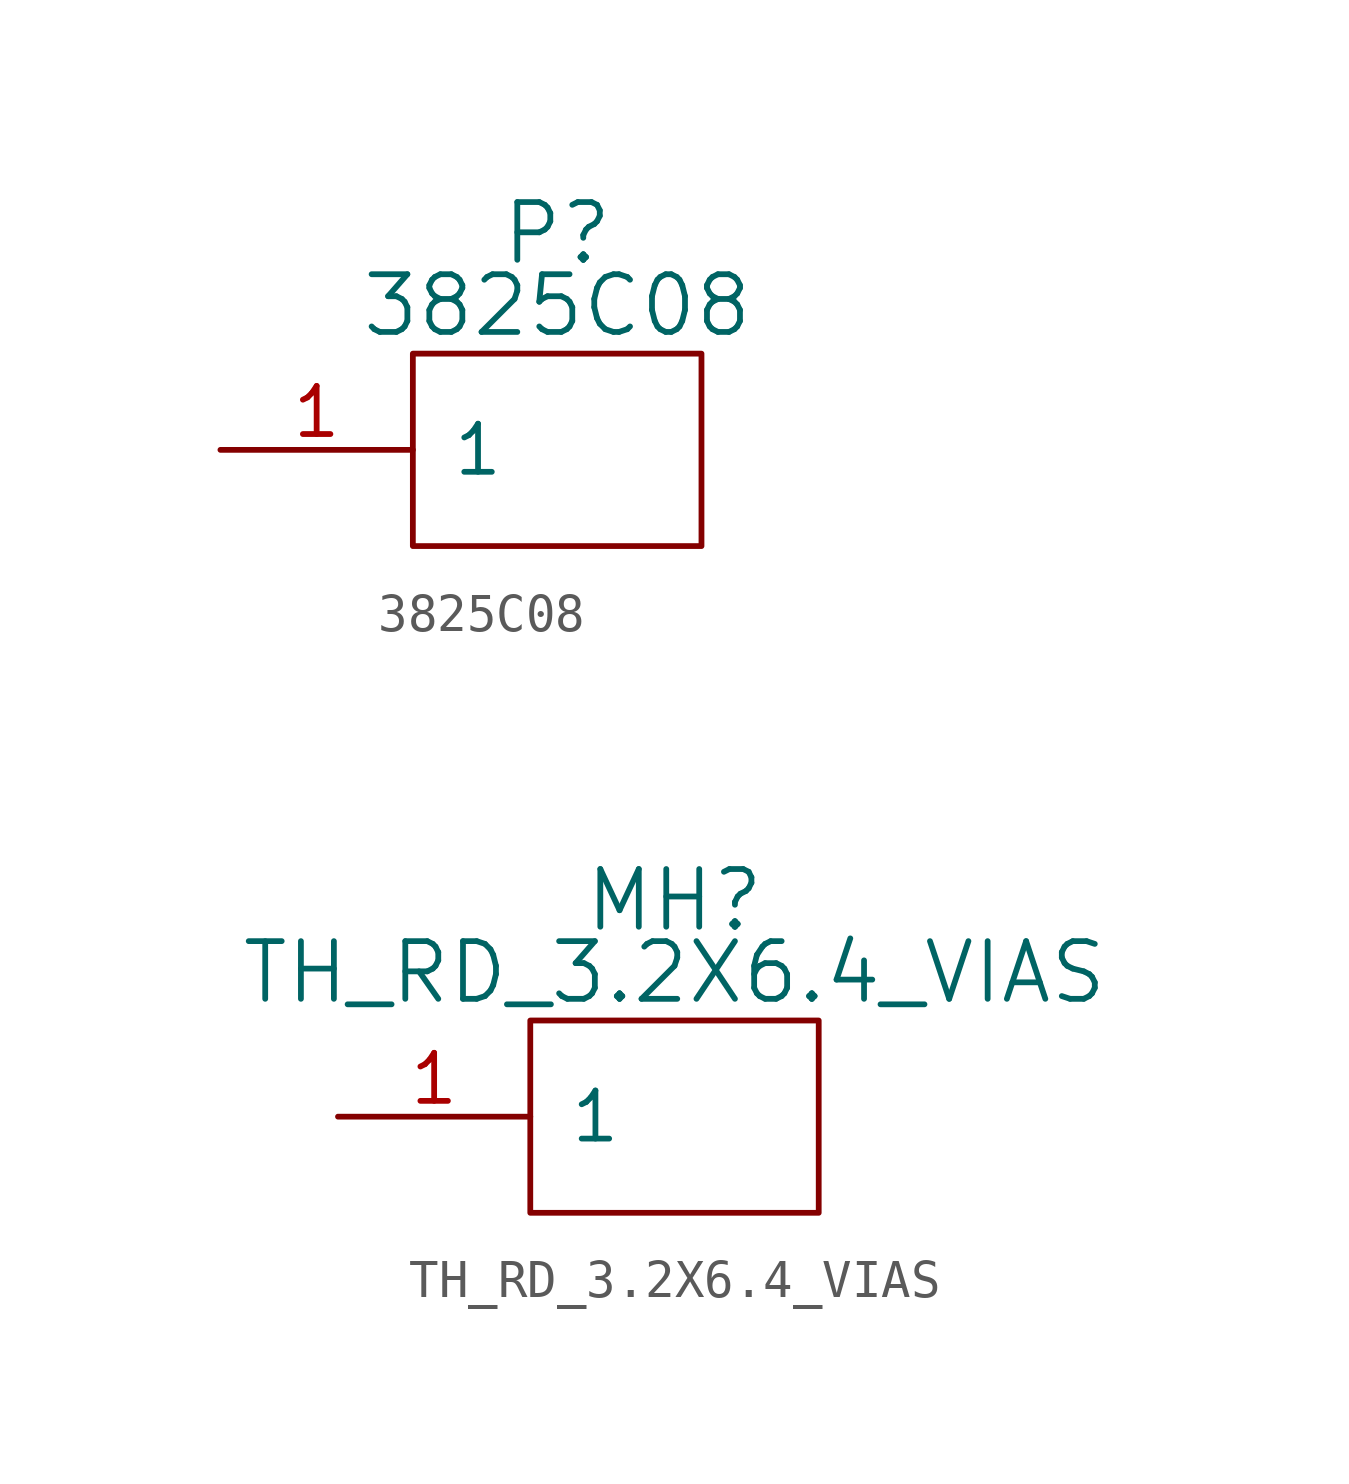
<source format=kicad_sym>
(kicad_symbol_lib
  (version 20220914)
  (generator kicad_symbol_editor)
  (symbol "3825C08"
    (pin_names
      (offset 1.016))
    (property "Reference" "P"
      (at 3.81 8.255 0)
      (effects (font (size 1.524 1.524))))
    (property "Value" "3825C08"
      (at 3.81 6.35 0)
      (effects (font (size 1.524 1.524))))
    (symbol "3825C08_0_1"
      (rectangle (start 0 0) (end 7.62 5.08) (stroke (width 0) (type solid)) (fill (type none))))
    (symbol "3825C08_1_1"
      (pin passive line (at -5.08 2.54 0) (length 5.08) (name "1" (effects (font (size 1.27 1.27)))) (number "1" (effects (font (size 1.27 1.27)))))))
  (symbol "TH_RD_3.2X6.4_VIAS"
    (pin_names
      (offset 1.016))
    (property "Reference" "MH"
      (at 3.81 8.255 0)
      (effects (font (size 1.524 1.524))))
    (property "Value" "TH_RD_3.2X6.4_VIAS"
      (at 3.81 6.35 0)
      (effects (font (size 1.524 1.524))))
    (symbol "TH_RD_3.2X6.4_VIAS_0_1"
      (rectangle (start 0 0) (end 7.62 5.08) (stroke (width 0) (type solid)) (fill (type none))))
    (symbol "TH_RD_3.2X6.4_VIAS_1_1"
      (pin passive line (at -5.08 2.54 0) (length 5.08) (name "1" (effects (font (size 1.27 1.27)))) (number "1" (effects (font (size 1.27 1.27))))))))
</source>
